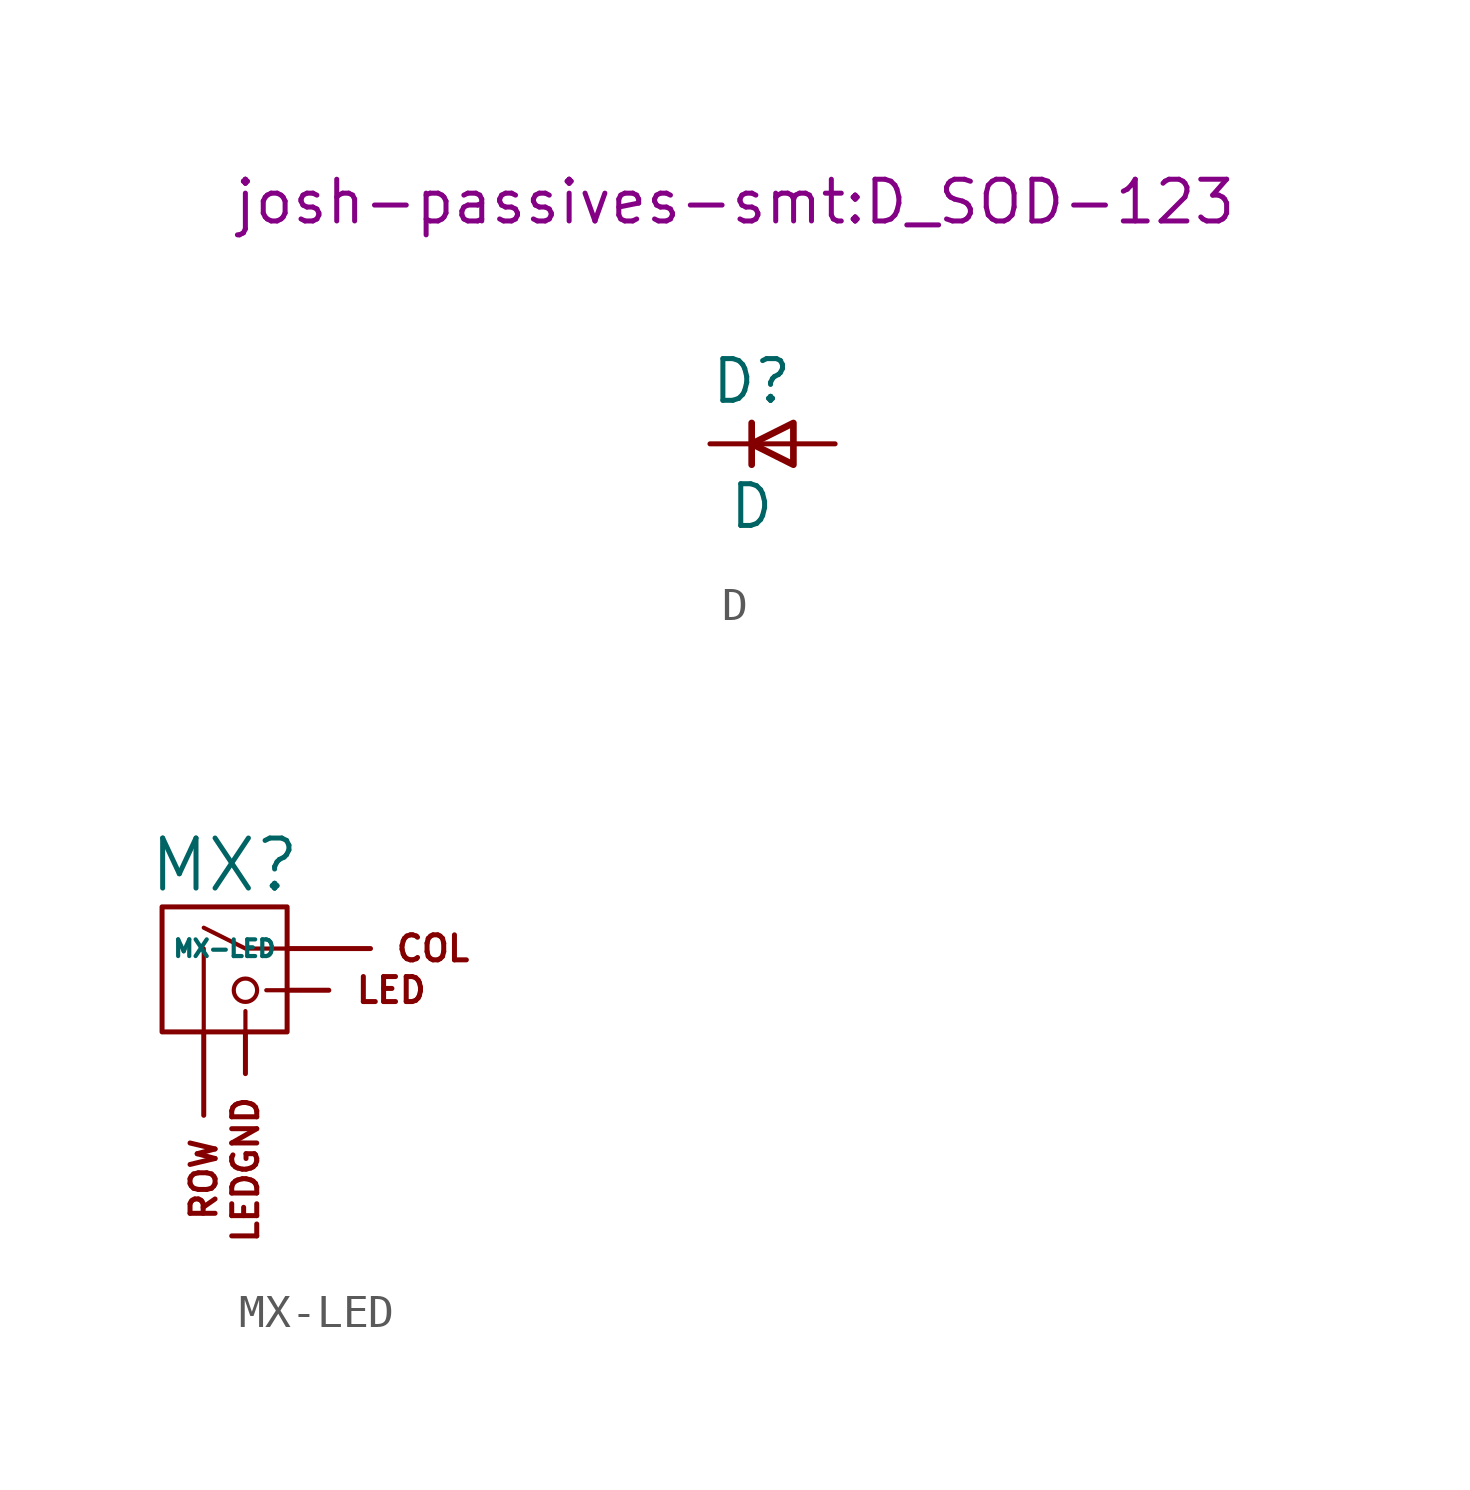
<source format=kicad_sym>
(kicad_symbol_lib
  (version 20241209)
  (generator "kicad_symbol_editor")
  (generator_version "9.0")
  (symbol "D"
    (pin_numbers
      (hide yes))
    (pin_names
      (offset 1.016)
      (hide yes))
    (property "Reference" "D"
      (at 0 1.905 0)
      (effects (font (size 1.27 1.27))))
    (property "Value" "D"
      (at 0 -1.905 0)
      (effects (font (size 1.27 1.27))))
    (property "Footprint" "josh-passives-smt:D_SOD-123"
      (at -0.508 7.366 0)
      (effects (font (size 1.27 1.27))))
    (symbol "D_0_1"
      (polyline (pts (xy 0 0.635) (xy 0 0) (xy 0 -0.635)) (stroke (width 0.203) (type default)) (fill (type none)))
      (polyline (pts (xy 1.27 0.635) (xy 1.27 -0.635) (xy 0 0) (xy 1.27 0.635)) (stroke (width 0.203) (type default)) (fill (type none)))
      (polyline (pts (xy 1.27 0) (xy 0 0)) (stroke (width 0) (type default)) (fill (type none))))
    (symbol "D_1_1"
      (pin passive line (at -1.27 0 0) (length 1.27) (name "K" (effects (font (size 1.27 1.27)))) (number "1" (effects (font (size 1.27 1.27)))))
      (pin passive line (at 2.54 0 180) (length 1.27) (name "A" (effects (font (size 1.27 1.27)))) (number "2" (effects (font (size 1.27 1.27)))))))
  (symbol "MX-LED"
    (pin_names
      (offset 1.016))
    (property "Reference" "MX"
      (at -0.635 3.81 0)
      (effects (font (size 1.524 1.524))))
    (property "Value" "MX-LED"
      (at -0.635 1.27 0)
      (effects (font (size 0.508 0.508))))
    (symbol "MX-LED_0_0"
      (rectangle (start -2.54 2.54) (end 1.27 -1.27) (stroke (width 0) (type default)) (fill (type none)))
      (polyline (pts (xy -1.27 -1.27) (xy -1.27 1.27)) (stroke (width 0.127) (type default)) (fill (type none)))
      (circle (center 0 0) (radius 0.356) (stroke (width 0.127) (type default)) (fill (type none)))
      (polyline (pts (xy 0 -1.27) (xy 0 -0.635)) (stroke (width 0.127) (type default)) (fill (type none)))
      (polyline (pts (xy 1.27 1.27) (xy 0 1.27) (xy -1.27 1.905)) (stroke (width 0.127) (type default)) (fill (type none)))
      (polyline (pts (xy 1.27 0) (xy 0.635 0)) (stroke (width 0.127) (type default)) (fill (type none)))
      (text "ROW" (at -1.27 -4.445 900) (effects (font (size 0.762 0.762)) (justify right)))
      (text "LED" (at 4.445 0 0) (effects (font (size 0.762 0.762))))
      (text "COL" (at 5.715 1.27 0) (effects (font (size 0.762 0.762)))))
    (symbol "MX-LED_1_0"
      (text "LEDGND" (at 0 -3.175 900) (effects (font (size 0.762 0.762)) (justify right))))
    (symbol "MX-LED_1_1"
      (pin passive line (at -1.27 -3.81 90) (length 2.54) (name "ROW" (effects (font (size 0 0)))) (number "2" (effects (font (size 0 0)))))
      (pin passive line (at 0 -2.54 90) (length 1.27) (name "LEDGND" (effects (font (size 0 0)))) (number "4" (effects (font (size 0 0)))))
      (pin input line (at 2.54 0 180) (length 1.27) (name "LED" (effects (font (size 0 0)))) (number "3" (effects (font (size 0 0)))))
      (pin passive line (at 3.81 1.27 180) (length 2.54) (name "COL" (effects (font (size 0 0)))) (number "1" (effects (font (size 0 0))))))))
</source>
